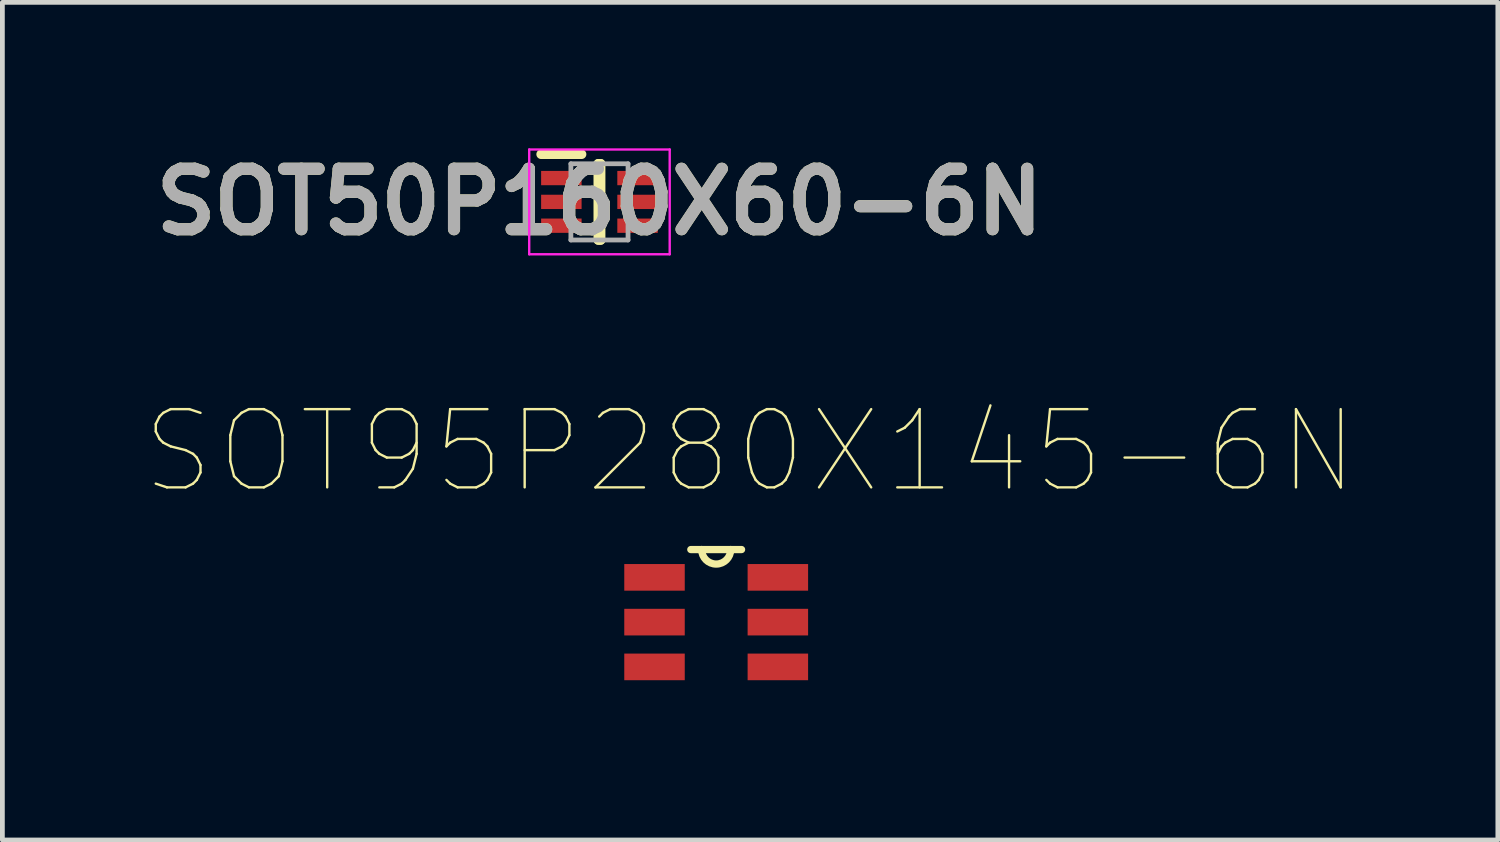
<source format=kicad_pcb>
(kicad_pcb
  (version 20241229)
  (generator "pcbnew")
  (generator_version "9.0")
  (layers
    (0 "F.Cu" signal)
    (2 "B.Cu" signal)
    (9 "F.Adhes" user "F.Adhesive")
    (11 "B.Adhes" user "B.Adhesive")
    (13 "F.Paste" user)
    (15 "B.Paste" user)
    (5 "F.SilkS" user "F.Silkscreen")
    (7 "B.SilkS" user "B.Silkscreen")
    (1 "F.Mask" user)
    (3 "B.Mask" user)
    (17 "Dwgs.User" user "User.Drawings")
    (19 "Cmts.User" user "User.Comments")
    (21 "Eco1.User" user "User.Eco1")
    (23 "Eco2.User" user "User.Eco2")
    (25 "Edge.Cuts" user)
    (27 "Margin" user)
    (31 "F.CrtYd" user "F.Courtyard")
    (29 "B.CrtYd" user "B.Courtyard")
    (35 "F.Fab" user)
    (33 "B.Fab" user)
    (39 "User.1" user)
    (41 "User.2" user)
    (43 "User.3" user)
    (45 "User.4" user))
  (footprint "SOT50P160X60-6N"
    (layer "F.Cu")
    (at 9.537 1.189)
    (property "Reference" "SOT50P160X60-6N" (at 0 0 0) (layer "F.SilkS") (effects (font (size 1.27 1.27) (thickness 0.254))))
    (attr smd)
    (fp_line (start -1.225 -1) (end -0.375 -1) (stroke (width 0.2) (type solid)) (layer "F.SilkS"))
    (fp_line (start -0.025 -0.8) (end 0.025 -0.8) (stroke (width 0.2) (type solid)) (layer "F.SilkS"))
    (fp_line (start -0.025 0.8) (end -0.025 -0.8) (stroke (width 0.2) (type solid)) (layer "F.SilkS"))
    (fp_line (start 0.025 -0.8) (end 0.025 0.8) (stroke (width 0.2) (type solid)) (layer "F.SilkS"))
    (fp_line (start 0.025 0.8) (end -0.025 0.8) (stroke (width 0.2) (type solid)) (layer "F.SilkS"))
    (fp_line (start -1.475 -1.1) (end 1.475 -1.1) (stroke (width 0.05) (type solid)) (layer "F.CrtYd"))
    (fp_line (start -1.475 1.1) (end -1.475 -1.1) (stroke (width 0.05) (type solid)) (layer "F.CrtYd"))
    (fp_line (start 1.475 -1.1) (end 1.475 1.1) (stroke (width 0.05) (type solid)) (layer "F.CrtYd"))
    (fp_line (start 1.475 1.1) (end -1.475 1.1) (stroke (width 0.05) (type solid)) (layer "F.CrtYd"))
    (fp_line (start -0.6 -0.8) (end 0.6 -0.8) (stroke (width 0.1) (type solid)) (layer "F.Fab"))
    (fp_line (start -0.6 -0.3) (end -0.1 -0.8) (stroke (width 0.1) (type solid)) (layer "F.Fab"))
    (fp_line (start -0.6 0.8) (end -0.6 -0.8) (stroke (width 0.1) (type solid)) (layer "F.Fab"))
    (fp_line (start 0.6 -0.8) (end 0.6 0.8) (stroke (width 0.1) (type solid)) (layer "F.Fab"))
    (fp_line (start 0.6 0.8) (end -0.6 0.8) (stroke (width 0.1) (type solid)) (layer "F.Fab"))
    (fp_text user "${REFERENCE}" (at 0 0 0) (layer "F.Fab") (effects (font (size 1.27 1.27) (thickness 0.254))))
    (pad "1" smd rect (at -0.8 -0.5 90) (size 0.3 0.85) (layers "F.Cu" "F.Mask" "F.Paste"))
    (pad "2" smd rect (at -0.8 0 90) (size 0.3 0.85) (layers "F.Cu" "F.Mask" "F.Paste"))
    (pad "3" smd rect (at -0.8 0.5 90) (size 0.3 0.85) (layers "F.Cu" "F.Mask" "F.Paste"))
    (pad "4" smd rect (at 0.8 0.5 90) (size 0.3 0.85) (layers "F.Cu" "F.Mask" "F.Paste"))
    (pad "5" smd rect (at 0.8 0 90) (size 0.3 0.85) (layers "F.Cu" "F.Mask" "F.Paste"))
    (pad "6" smd rect (at 0.8 -0.5 90) (size 0.3 0.85) (layers "F.Cu" "F.Mask" "F.Paste")))
  (footprint "SOT95P280X145-6N"
    (layer "F.Cu")
    (at 11.988 10.013)
    (property "Reference" "SOT95P280X145-6N" (at 0.712 -3.587 0) (layer "F.SilkS") (effects (font (size 1.643 1.643) (thickness 0.05))))
    (attr smd)
    (fp_line (start -0.305 -1.524) (end -0.533 -1.524) (stroke (width 0.152) (type solid)) (layer "F.SilkS"))
    (fp_line (start 0.305 -1.524) (end -0.305 -1.524) (stroke (width 0.152) (type solid)) (layer "F.SilkS"))
    (fp_line (start 0.533 -1.524) (end 0.305 -1.524) (stroke (width 0.152) (type solid)) (layer "F.SilkS"))
    (fp_arc (start 0.3048 -1.524) (mid 0 -1.2192) (end -0.3048 -1.524) (stroke (width 0.1524) (type solid)) (layer "F.SilkS"))
    (fp_line (start -1.499 -1.194) (end -1.499 -0.711) (stroke (width 0.1) (type solid)) (layer "Eco2.User"))
    (fp_line (start -1.499 -0.711) (end -0.864 -0.711) (stroke (width 0.1) (type solid)) (layer "Eco2.User"))
    (fp_line (start -1.499 -0.254) (end -1.499 0.254) (stroke (width 0.1) (type solid)) (layer "Eco2.User"))
    (fp_line (start -1.499 0.254) (end -0.864 0.254) (stroke (width 0.1) (type solid)) (layer "Eco2.User"))
    (fp_line (start -1.499 0.711) (end -1.499 1.194) (stroke (width 0.1) (type solid)) (layer "Eco2.User"))
    (fp_line (start -1.499 1.194) (end -0.864 1.194) (stroke (width 0.1) (type solid)) (layer "Eco2.User"))
    (fp_line (start -0.864 -1.524) (end -0.864 -1.194) (stroke (width 0.1) (type solid)) (layer "Eco2.User"))
    (fp_line (start -0.864 -1.194) (end -1.499 -1.194) (stroke (width 0.1) (type solid)) (layer "Eco2.User"))
    (fp_line (start -0.864 -1.194) (end -0.864 -0.711) (stroke (width 0.1) (type solid)) (layer "Eco2.User"))
    (fp_line (start -0.864 -0.711) (end -0.864 -0.254) (stroke (width 0.1) (type solid)) (layer "Eco2.User"))
    (fp_line (start -0.864 -0.254) (end -1.499 -0.254) (stroke (width 0.1) (type solid)) (layer "Eco2.User"))
    (fp_line (start -0.864 -0.254) (end -0.864 0.254) (stroke (width 0.1) (type solid)) (layer "Eco2.User"))
    (fp_line (start -0.864 0.254) (end -0.864 0.711) (stroke (width 0.1) (type solid)) (layer "Eco2.User"))
    (fp_line (start -0.864 0.711) (end -1.499 0.711) (stroke (width 0.1) (type solid)) (layer "Eco2.User"))
    (fp_line (start -0.864 1.194) (end -0.864 0.711) (stroke (width 0.1) (type solid)) (layer "Eco2.User"))
    (fp_line (start -0.864 1.524) (end -0.864 1.194) (stroke (width 0.1) (type solid)) (layer "Eco2.User"))
    (fp_line (start -0.864 1.524) (end 0.864 1.524) (stroke (width 0.1) (type solid)) (layer "Eco2.User"))
    (fp_line (start -0.305 -1.524) (end -0.864 -1.524) (stroke (width 0.1) (type solid)) (layer "Eco2.User"))
    (fp_line (start 0.305 -1.524) (end -0.305 -1.524) (stroke (width 0.1) (type solid)) (layer "Eco2.User"))
    (fp_line (start 0.864 -1.524) (end 0.305 -1.524) (stroke (width 0.1) (type solid)) (layer "Eco2.User"))
    (fp_line (start 0.864 -1.524) (end 0.864 -1.194) (stroke (width 0.1) (type solid)) (layer "Eco2.User"))
    (fp_line (start 0.864 -1.194) (end 0.864 -0.711) (stroke (width 0.1) (type solid)) (layer "Eco2.User"))
    (fp_line (start 0.864 -0.711) (end 1.499 -0.711) (stroke (width 0.1) (type solid)) (layer "Eco2.User"))
    (fp_line (start 0.864 -0.254) (end 0.864 -0.711) (stroke (width 0.1) (type solid)) (layer "Eco2.User"))
    (fp_line (start 0.864 0.254) (end 0.864 -0.254) (stroke (width 0.1) (type solid)) (layer "Eco2.User"))
    (fp_line (start 0.864 0.254) (end 1.499 0.254) (stroke (width 0.1) (type solid)) (layer "Eco2.User"))
    (fp_line (start 0.864 0.711) (end 0.864 0.254) (stroke (width 0.1) (type solid)) (layer "Eco2.User"))
    (fp_line (start 0.864 1.194) (end 0.864 0.711) (stroke (width 0.1) (type solid)) (layer "Eco2.User"))
    (fp_line (start 0.864 1.194) (end 1.499 1.194) (stroke (width 0.1) (type solid)) (layer "Eco2.User"))
    (fp_line (start 0.864 1.524) (end 0.864 1.194) (stroke (width 0.1) (type solid)) (layer "Eco2.User"))
    (fp_line (start 1.499 -1.194) (end 0.864 -1.194) (stroke (width 0.1) (type solid)) (layer "Eco2.User"))
    (fp_line (start 1.499 -0.711) (end 1.499 -1.194) (stroke (width 0.1) (type solid)) (layer "Eco2.User"))
    (fp_line (start 1.499 -0.254) (end 0.864 -0.254) (stroke (width 0.1) (type solid)) (layer "Eco2.User"))
    (fp_line (start 1.499 0.254) (end 1.499 -0.254) (stroke (width 0.1) (type solid)) (layer "Eco2.User"))
    (fp_line (start 1.499 0.711) (end 0.864 0.711) (stroke (width 0.1) (type solid)) (layer "Eco2.User"))
    (fp_line (start 1.499 1.194) (end 1.499 0.711) (stroke (width 0.1) (type solid)) (layer "Eco2.User"))
    (fp_arc (start 0.3048 -1.524) (mid 0 -1.2192) (end -0.3048 -1.524) (stroke (width 0.1) (type solid)) (layer "Eco2.User"))
    (pad "1" smd rect (at -1.295 -0.94) (size 1.27 0.559) (layers "F.Cu" "F.Mask" "F.Paste"))
    (pad "2" smd rect (at -1.295 0) (size 1.27 0.559) (layers "F.Cu" "F.Mask" "F.Paste"))
    (pad "3" smd rect (at -1.295 0.94) (size 1.27 0.559) (layers "F.Cu" "F.Mask" "F.Paste"))
    (pad "4" smd rect (at 1.295 0.94) (size 1.27 0.559) (layers "F.Cu" "F.Mask" "F.Paste"))
    (pad "5" smd rect (at 1.295 0) (size 1.27 0.559) (layers "F.Cu" "F.Mask" "F.Paste"))
    (pad "6" smd rect (at 1.295 -0.94) (size 1.27 0.559) (layers "F.Cu" "F.Mask" "F.Paste")))
  (gr_rect
    (start -3 -3)
    (end 28.401 14.587)
    (stroke (width 0.1) (type default))
    (fill no)
    (layer "Edge.Cuts")))
</source>
